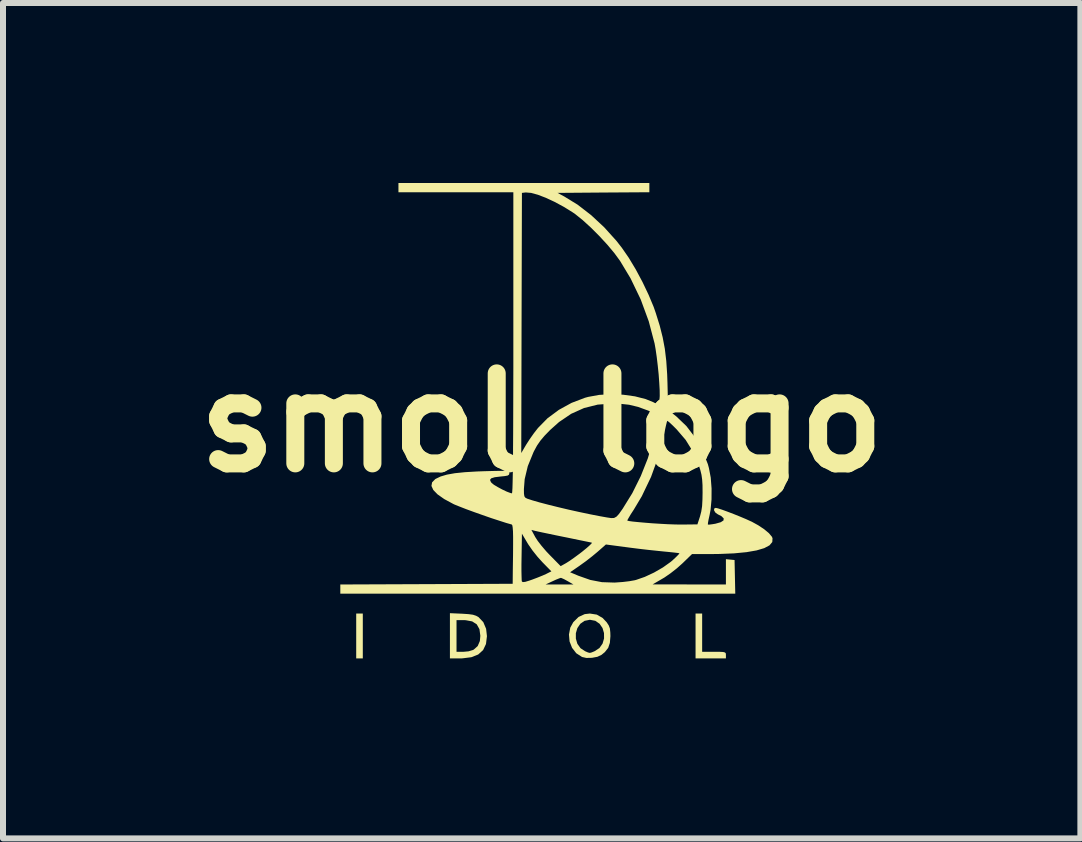
<source format=kicad_pcb>
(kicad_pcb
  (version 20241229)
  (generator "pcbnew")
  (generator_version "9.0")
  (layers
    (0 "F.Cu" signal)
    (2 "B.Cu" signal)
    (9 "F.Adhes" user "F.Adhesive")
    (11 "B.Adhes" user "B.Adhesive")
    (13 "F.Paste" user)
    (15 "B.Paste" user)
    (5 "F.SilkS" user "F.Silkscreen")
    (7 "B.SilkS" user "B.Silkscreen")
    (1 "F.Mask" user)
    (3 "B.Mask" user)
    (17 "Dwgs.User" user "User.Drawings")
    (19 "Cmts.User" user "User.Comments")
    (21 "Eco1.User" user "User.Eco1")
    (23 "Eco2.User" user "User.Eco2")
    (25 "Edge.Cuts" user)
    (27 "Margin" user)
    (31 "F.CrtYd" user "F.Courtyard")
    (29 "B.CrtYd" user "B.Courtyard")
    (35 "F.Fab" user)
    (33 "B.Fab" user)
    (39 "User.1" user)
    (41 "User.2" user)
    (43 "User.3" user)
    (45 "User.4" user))
  (footprint "smol logo"
    (layer "F.Cu")
    (at 5.979 3.995)
    (property "Reference" "smol logo" (at 0 0 0) (layer "F.SilkS") (effects (font (size 1.5 1.5) (thickness 0.3))))
    (attr board_only exclude_from_pos_files exclude_from_bom)
    (fp_poly (pts (xy -2.982 3.555) (xy -2.982 3.929) (xy -3.037 3.929) (xy -3.092 3.929) (xy -3.092 3.555) (xy -3.092 3.181) (xy -3.037 3.181) (xy -2.982 3.181)) (stroke (width 0) (type solid)) (fill yes) (layer "F.SilkS"))
    (fp_poly (pts (xy 2.674 3.5) (xy 2.674 3.819) (xy 2.872 3.819) (xy 2.966 3.819) (xy 3.024 3.822) (xy 3.055 3.83) (xy 3.068 3.845) (xy 3.07 3.869) (xy 3.07 3.874) (xy 3.07 3.929) (xy 2.817 3.929) (xy 2.564 3.929) (xy 2.564 3.555) (xy 2.564 3.181) (xy 2.619 3.181) (xy 2.674 3.181)) (stroke (width 0) (type solid)) (fill yes) (layer "F.SilkS"))
    (fp_poly (pts (xy -1.325 3.184) (xy -1.219 3.191) (xy -1.146 3.201) (xy -1.094 3.218) (xy -1.053 3.241) (xy -0.974 3.324) (xy -0.927 3.435) (xy -0.913 3.558) (xy -0.929 3.689) (xy -0.977 3.79) (xy -1.059 3.864) (xy -1.173 3.909) (xy -1.323 3.928) (xy -1.358 3.929) (xy -1.53 3.929) (xy -1.53 3.555) (xy -1.42 3.555) (xy -1.42 3.819) (xy -1.308 3.819) (xy -1.22 3.811) (xy -1.147 3.789) (xy -1.133 3.782) (xy -1.067 3.723) (xy -1.031 3.639) (xy -1.023 3.552) (xy -1.038 3.441) (xy -1.083 3.361) (xy -1.159 3.312) (xy -1.268 3.292) (xy -1.293 3.291) (xy -1.42 3.291) (xy -1.42 3.555) (xy -1.53 3.555) (xy -1.53 3.552) (xy -1.53 3.175)) (stroke (width 0) (type solid)) (fill yes) (layer "F.SilkS"))
    (fp_poly (pts (xy 0.918 3.199) (xy 1.015 3.255) (xy 1.083 3.327) (xy 1.117 3.379) (xy 1.136 3.429) (xy 1.143 3.495) (xy 1.145 3.557) (xy 1.136 3.669) (xy 1.108 3.753) (xy 1.052 3.824) (xy 0.996 3.87) (xy 0.928 3.902) (xy 0.837 3.919) (xy 0.744 3.921) (xy 0.672 3.905) (xy 0.576 3.843) (xy 0.506 3.753) (xy 0.464 3.646) (xy 0.46 3.599) (xy 0.569 3.599) (xy 0.594 3.685) (xy 0.647 3.759) (xy 0.723 3.809) (xy 0.772 3.83) (xy 0.802 3.837) (xy 0.833 3.829) (xy 0.881 3.809) (xy 0.962 3.756) (xy 1.014 3.682) (xy 1.039 3.596) (xy 1.038 3.506) (xy 1.013 3.422) (xy 0.964 3.351) (xy 0.893 3.302) (xy 0.803 3.285) (xy 0.713 3.303) (xy 0.643 3.352) (xy 0.594 3.424) (xy 0.569 3.509) (xy 0.569 3.599) (xy 0.46 3.599) (xy 0.454 3.53) (xy 0.476 3.416) (xy 0.526 3.325) (xy 0.614 3.238) (xy 0.716 3.191) (xy 0.803 3.181)) (stroke (width 0) (type solid)) (fill yes) (layer "F.SilkS"))
    (fp_poly (pts (xy 1.794 -3.918) (xy 1.794 -3.841) (xy 1.029 -3.836) (xy 0.264 -3.83) (xy 0.374 -3.771) (xy 0.599 -3.633) (xy 0.824 -3.459) (xy 1.042 -3.256) (xy 1.245 -3.031) (xy 1.335 -2.916) (xy 1.449 -2.751) (xy 1.566 -2.557) (xy 1.679 -2.346) (xy 1.781 -2.132) (xy 1.866 -1.929) (xy 1.901 -1.828) (xy 1.967 -1.617) (xy 2.016 -1.422) (xy 2.052 -1.231) (xy 2.076 -1.029) (xy 2.091 -0.804) (xy 2.096 -0.657) (xy 2.107 -0.213) (xy 2.245 -0.103) (xy 2.411 0.056) (xy 2.558 0.248) (xy 2.679 0.463) (xy 2.769 0.691) (xy 2.787 0.757) (xy 2.817 0.915) (xy 2.831 1.097) (xy 2.83 1.282) (xy 2.814 1.454) (xy 2.798 1.538) (xy 2.781 1.614) (xy 2.771 1.671) (xy 2.769 1.698) (xy 2.769 1.698) (xy 2.793 1.699) (xy 2.847 1.692) (xy 2.895 1.684) (xy 2.984 1.659) (xy 3.03 1.629) (xy 3.033 1.595) (xy 2.994 1.557) (xy 2.938 1.529) (xy 2.897 1.501) (xy 2.874 1.465) (xy 2.873 1.433) (xy 2.899 1.42) (xy 2.9 1.42) (xy 2.937 1.428) (xy 3.005 1.45) (xy 3.096 1.483) (xy 3.198 1.522) (xy 3.305 1.565) (xy 3.405 1.607) (xy 3.49 1.646) (xy 3.498 1.649) (xy 3.609 1.71) (xy 3.708 1.776) (xy 3.786 1.841) (xy 3.835 1.899) (xy 3.847 1.925) (xy 3.843 1.989) (xy 3.797 2.044) (xy 3.709 2.091) (xy 3.581 2.129) (xy 3.413 2.158) (xy 3.206 2.178) (xy 2.962 2.188) (xy 2.815 2.19) (xy 2.505 2.19) (xy 2.345 2.345) (xy 2.253 2.427) (xy 2.147 2.51) (xy 2.046 2.58) (xy 2.017 2.597) (xy 1.849 2.695) (xy 2.46 2.696) (xy 3.07 2.696) (xy 3.07 2.486) (xy 3.07 2.275) (xy 3.142 2.282) (xy 3.214 2.289) (xy 3.22 2.57) (xy 3.226 2.85) (xy -0.065 2.85) (xy -3.357 2.85) (xy -3.357 2.773) (xy -3.357 2.697) (xy -3.167 2.696) (xy 0.066 2.696) (xy 0.297 2.696) (xy 0.528 2.696) (xy 0.432 2.641) (xy 0.374 2.609) (xy 0.331 2.59) (xy 0.319 2.586) (xy 0.291 2.595) (xy 0.236 2.617) (xy 0.184 2.641) (xy 0.066 2.696) (xy -3.167 2.696) (xy -1.92 2.691) (xy -0.484 2.685) (xy -0.482 2.473) (xy -0.338 2.473) (xy -0.336 2.564) (xy -0.334 2.624) (xy -0.331 2.646) (xy -0.315 2.657) (xy -0.275 2.653) (xy -0.206 2.632) (xy -0.16 2.616) (xy -0.07 2.582) (xy 0.016 2.547) (xy 0.079 2.519) (xy 0.08 2.518) (xy 0.13 2.493) (xy 0.473 2.493) (xy 0.611 2.551) (xy 0.81 2.621) (xy 1.003 2.658) (xy 1.21 2.665) (xy 1.244 2.663) (xy 1.353 2.655) (xy 1.461 2.642) (xy 1.551 2.626) (xy 1.574 2.62) (xy 1.718 2.57) (xy 1.872 2.498) (xy 2.021 2.412) (xy 2.147 2.322) (xy 2.175 2.299) (xy 2.234 2.244) (xy 2.276 2.202) (xy 2.295 2.179) (xy 2.295 2.177) (xy 2.271 2.172) (xy 2.213 2.165) (xy 2.128 2.156) (xy 2.035 2.147) (xy 1.919 2.135) (xy 1.776 2.12) (xy 1.621 2.102) (xy 1.47 2.083) (xy 1.426 2.077) (xy 1.07 2.03) (xy 0.931 2.152) (xy 0.842 2.226) (xy 0.737 2.308) (xy 0.638 2.379) (xy 0.633 2.383) (xy 0.473 2.493) (xy 0.13 2.493) (xy 0.161 2.478) (xy 0.012 2.326) (xy -0.07 2.235) (xy -0.152 2.132) (xy -0.221 2.033) (xy -0.234 2.012) (xy -0.33 1.85) (xy -0.336 2.234) (xy -0.338 2.361) (xy -0.338 2.473) (xy -0.482 2.473) (xy -0.478 2.195) (xy -0.477 2.028) (xy -0.477 1.901) (xy -0.479 1.808) (xy -0.481 1.787) (xy -0.172 1.787) (xy -0.108 1.906) (xy -0.066 1.971) (xy -0.001 2.055) (xy 0.076 2.145) (xy 0.136 2.208) (xy 0.316 2.391) (xy 0.407 2.34) (xy 0.464 2.304) (xy 0.542 2.249) (xy 0.629 2.185) (xy 0.677 2.148) (xy 0.749 2.089) (xy 0.803 2.041) (xy 0.833 2.01) (xy 0.836 2) (xy 0.809 1.994) (xy 0.745 1.981) (xy 0.652 1.962) (xy 0.536 1.938) (xy 0.405 1.911) (xy 0.374 1.905) (xy 0.237 1.877) (xy 0.113 1.851) (xy 0.007 1.829) (xy -0.071 1.812) (xy -0.115 1.802) (xy -0.119 1.801) (xy -0.172 1.787) (xy -0.481 1.787) (xy -0.484 1.747) (xy -0.49 1.711) (xy -0.499 1.698) (xy -0.5 1.697) (xy -0.592 1.671) (xy -0.71 1.633) (xy -0.716 1.631) (xy 1.426 1.631) (xy 1.453 1.639) (xy 1.517 1.648) (xy 1.608 1.657) (xy 1.72 1.667) (xy 1.844 1.677) (xy 1.973 1.685) (xy 2.098 1.692) (xy 2.211 1.696) (xy 2.305 1.698) (xy 2.332 1.698) (xy 2.595 1.695) (xy 2.638 1.563) (xy 2.659 1.482) (xy 2.673 1.392) (xy 2.679 1.28) (xy 2.681 1.167) (xy 2.68 1.042) (xy 2.674 0.948) (xy 2.663 0.869) (xy 2.644 0.791) (xy 2.623 0.726) (xy 2.527 0.494) (xy 2.399 0.287) (xy 2.25 0.113) (xy 2.186 0.049) (xy 2.134 0.000091) (xy 2.1 -0.027) (xy 2.092 -0.03) (xy 2.084 -0.006) (xy 2.07 0.051) (xy 2.052 0.134) (xy 2.037 0.204) (xy 1.946 0.561) (xy 1.822 0.904) (xy 1.668 1.226) (xy 1.533 1.452) (xy 1.484 1.527) (xy 1.448 1.588) (xy 1.428 1.624) (xy 1.426 1.631) (xy -0.716 1.631) (xy -0.845 1.589) (xy -0.988 1.539) (xy -1.129 1.489) (xy -1.26 1.441) (xy -1.37 1.398) (xy -1.452 1.365) (xy -1.475 1.354) (xy -1.625 1.273) (xy -1.736 1.195) (xy -1.807 1.122) (xy -1.838 1.054) (xy -1.827 0.994) (xy -1.775 0.941) (xy -1.767 0.936) (xy -1.686 0.897) (xy -1.581 0.866) (xy -1.447 0.842) (xy -1.28 0.825) (xy -1.075 0.813) (xy -0.963 0.809) (xy -0.817 0.805) (xy -0.709 0.803) (xy -0.633 0.803) (xy -0.584 0.806) (xy -0.556 0.811) (xy -0.543 0.821) (xy -0.539 0.834) (xy -0.539 0.841) (xy -0.545 0.866) (xy -0.567 0.881) (xy -0.615 0.89) (xy -0.684 0.897) (xy -0.783 0.909) (xy -0.841 0.927) (xy -0.862 0.953) (xy -0.847 0.989) (xy -0.835 1.004) (xy -0.797 1.035) (xy -0.733 1.073) (xy -0.657 1.114) (xy -0.583 1.149) (xy -0.522 1.172) (xy -0.496 1.178) (xy -0.492 1.157) (xy -0.489 1.107) (xy -0.297 1.107) (xy -0.296 1.183) (xy -0.289 1.227) (xy -0.272 1.251) (xy -0.24 1.267) (xy -0.237 1.268) (xy -0.154 1.295) (xy -0.036 1.329) (xy 0.109 1.367) (xy 0.274 1.408) (xy 0.451 1.45) (xy 0.632 1.49) (xy 0.808 1.527) (xy 0.972 1.559) (xy 1.09 1.58) (xy 1.158 1.59) (xy 1.206 1.588) (xy 1.245 1.567) (xy 1.287 1.522) (xy 1.34 1.447) (xy 1.348 1.436) (xy 1.51 1.174) (xy 1.651 0.89) (xy 1.768 0.596) (xy 1.856 0.302) (xy 1.911 0.02) (xy 1.915 -0.014) (xy 1.93 -0.137) (xy 1.768 -0.204) (xy 1.606 -0.263) (xy 1.456 -0.299) (xy 1.297 -0.316) (xy 1.18 -0.319) (xy 0.933 -0.301) (xy 0.705 -0.244) (xy 0.491 -0.148) (xy 0.289 -0.011) (xy 0.14 0.122) (xy 0.046 0.219) (xy -0.023 0.301) (xy -0.078 0.381) (xy -0.128 0.473) (xy -0.139 0.496) (xy -0.232 0.724) (xy -0.284 0.941) (xy -0.297 1.107) (xy -0.489 1.107) (xy -0.488 1.096) (xy -0.485 0.993) (xy -0.482 0.848) (xy -0.48 0.661) (xy -0.478 0.506) (xy -0.341 0.506) (xy -0.259 0.366) (xy -0.201 0.276) (xy -0.13 0.175) (xy -0.062 0.088) (xy 0.096 -0.073) (xy 0.286 -0.214) (xy 0.497 -0.33) (xy 0.72 -0.415) (xy 0.775 -0.43) (xy 0.957 -0.463) (xy 1.155 -0.475) (xy 1.358 -0.466) (xy 1.554 -0.439) (xy 1.731 -0.394) (xy 1.857 -0.343) (xy 1.946 -0.297) (xy 1.962 -0.38) (xy 1.967 -0.444) (xy 1.966 -0.542) (xy 1.959 -0.666) (xy 1.949 -0.805) (xy 1.934 -0.951) (xy 1.917 -1.094) (xy 1.898 -1.225) (xy 1.881 -1.321) (xy 1.784 -1.689) (xy 1.65 -2.054) (xy 1.481 -2.405) (xy 1.306 -2.696) (xy 1.211 -2.826) (xy 1.092 -2.968) (xy 0.958 -3.113) (xy 0.819 -3.252) (xy 0.683 -3.376) (xy 0.559 -3.476) (xy 0.517 -3.505) (xy 0.367 -3.598) (xy 0.215 -3.68) (xy 0.069 -3.748) (xy -0.064 -3.799) (xy -0.177 -3.83) (xy -0.262 -3.837) (xy -0.269 -3.837) (xy -0.33 -3.83) (xy -0.336 -1.662) (xy -0.341 0.506) (xy -0.478 0.506) (xy -0.478 0.432) (xy -0.476 0.161) (xy -0.475 -0.154) (xy -0.474 -0.511) (xy -0.473 -0.912) (xy -0.473 -1.332) (xy -0.473 -3.841) (xy -1.431 -3.841) (xy -2.388 -3.841) (xy -2.388 -3.918) (xy -2.388 -3.995) (xy -0.297 -3.995) (xy 1.794 -3.995)) (stroke (width 0) (type solid)) (fill yes) (layer "F.SilkS")))
  (gr_rect
    (start -3 -3)
    (end 14.957 10.924)
    (stroke (width 0.1) (type default))
    (fill no)
    (layer "Edge.Cuts")))
</source>
